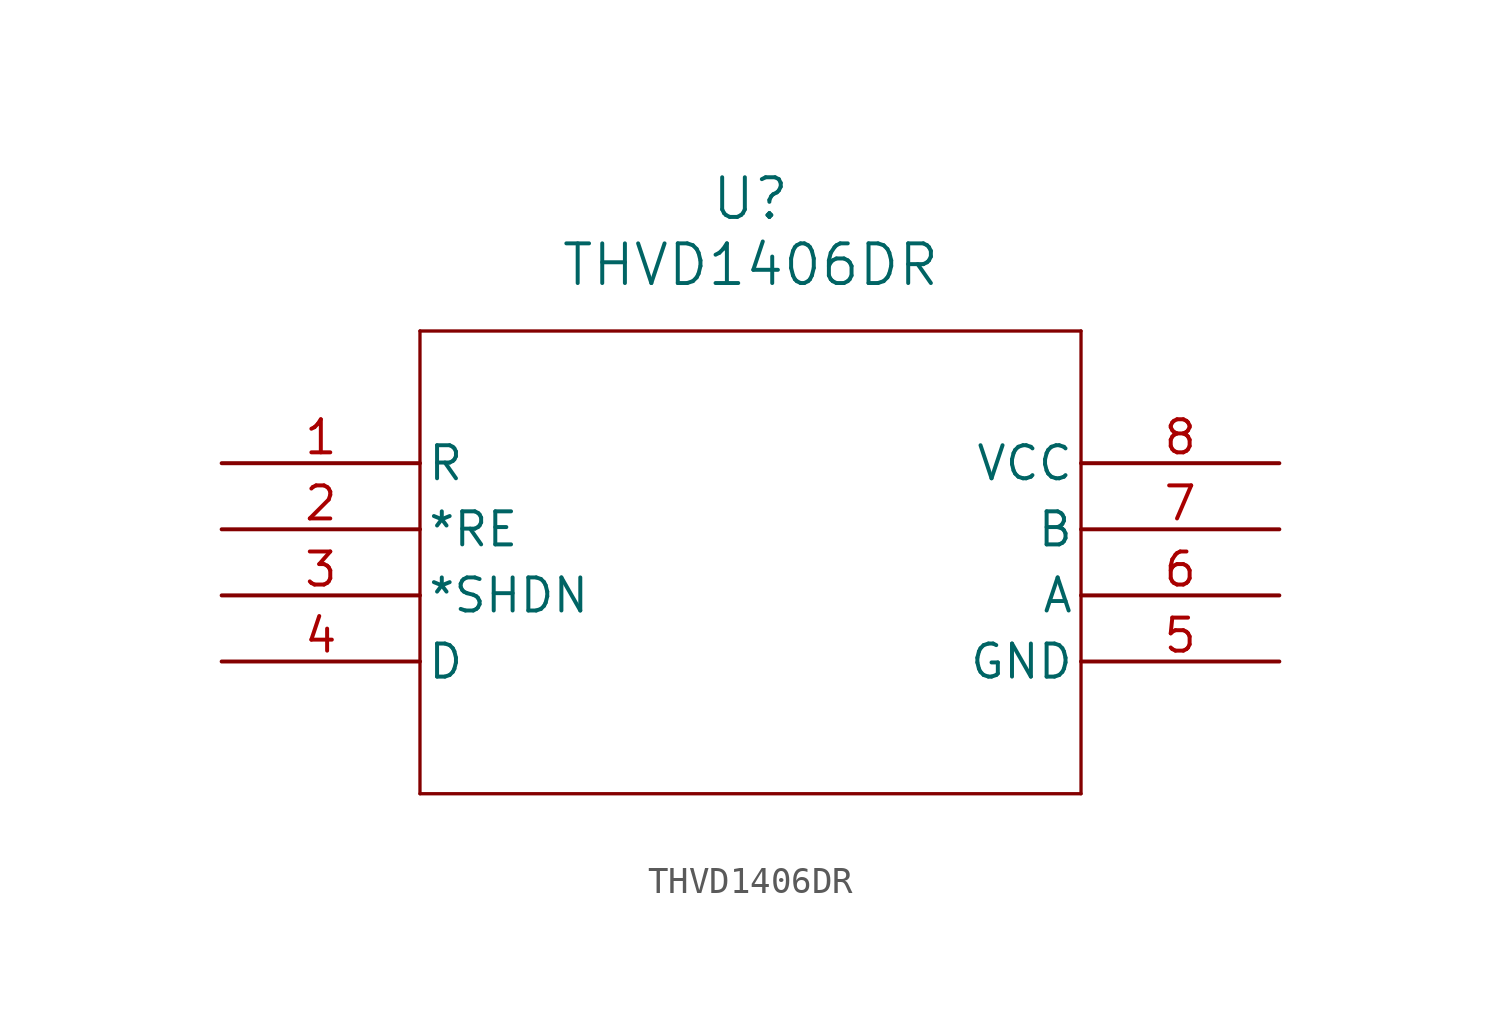
<source format=kicad_sym>
(kicad_symbol_lib
  (version 20211014)
  (generator kicad_symbol_editor)
  (symbol "THVD1406DR"
    (pin_names
      (offset 0.254))
    (property "Reference" "U"
      (at 20.32 10.16 0)
      (effects (font (size 1.524 1.524))))
    (property "Value" "THVD1406DR"
      (at 20.32 7.62 0)
      (effects (font (size 1.524 1.524))))
    (symbol "THVD1406DR_0_1"
      (polyline (pts (xy 7.62 5.08) (xy 7.62 -12.7)) (stroke (width 0.127) (type default) (color 0 0 0 0)) (fill (type none)))
      (polyline (pts (xy 7.62 -12.7) (xy 33.02 -12.7)) (stroke (width 0.127) (type default) (color 0 0 0 0)) (fill (type none)))
      (polyline (pts (xy 33.02 -12.7) (xy 33.02 5.08)) (stroke (width 0.127) (type default) (color 0 0 0 0)) (fill (type none)))
      (polyline (pts (xy 33.02 5.08) (xy 7.62 5.08)) (stroke (width 0.127) (type default) (color 0 0 0 0)) (fill (type none)))
      (pin output line (at 0 0 0) (length 7.62) (name "R" (effects (font (size 1.27 1.27)))) (number "1" (effects (font (size 1.27 1.27)))))
      (pin input line (at 0 -2.54 0) (length 7.62) (name "*RE" (effects (font (size 1.27 1.27)))) (number "2" (effects (font (size 1.27 1.27)))))
      (pin input line (at 0 -5.08 0) (length 7.62) (name "*SHDN" (effects (font (size 1.27 1.27)))) (number "3" (effects (font (size 1.27 1.27)))))
      (pin input line (at 0 -7.62 0) (length 7.62) (name "D" (effects (font (size 1.27 1.27)))) (number "4" (effects (font (size 1.27 1.27)))))
      (pin power_out line (at 40.64 -7.62 180) (length 7.62) (name "GND" (effects (font (size 1.27 1.27)))) (number "5" (effects (font (size 1.27 1.27)))))
      (pin bidirectional line (at 40.64 -5.08 180) (length 7.62) (name "A" (effects (font (size 1.27 1.27)))) (number "6" (effects (font (size 1.27 1.27)))))
      (pin bidirectional line (at 40.64 -2.54 180) (length 7.62) (name "B" (effects (font (size 1.27 1.27)))) (number "7" (effects (font (size 1.27 1.27)))))
      (pin power_in line (at 40.64 0 180) (length 7.62) (name "VCC" (effects (font (size 1.27 1.27)))) (number "8" (effects (font (size 1.27 1.27))))))))
</source>
